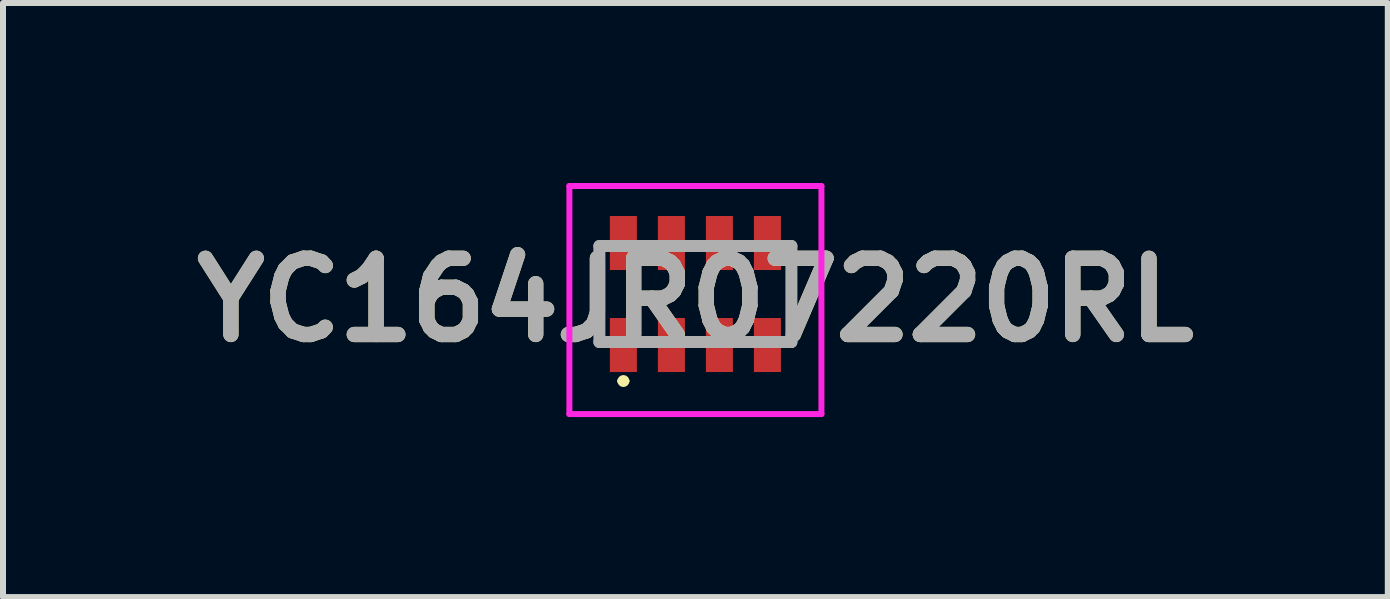
<source format=kicad_pcb>
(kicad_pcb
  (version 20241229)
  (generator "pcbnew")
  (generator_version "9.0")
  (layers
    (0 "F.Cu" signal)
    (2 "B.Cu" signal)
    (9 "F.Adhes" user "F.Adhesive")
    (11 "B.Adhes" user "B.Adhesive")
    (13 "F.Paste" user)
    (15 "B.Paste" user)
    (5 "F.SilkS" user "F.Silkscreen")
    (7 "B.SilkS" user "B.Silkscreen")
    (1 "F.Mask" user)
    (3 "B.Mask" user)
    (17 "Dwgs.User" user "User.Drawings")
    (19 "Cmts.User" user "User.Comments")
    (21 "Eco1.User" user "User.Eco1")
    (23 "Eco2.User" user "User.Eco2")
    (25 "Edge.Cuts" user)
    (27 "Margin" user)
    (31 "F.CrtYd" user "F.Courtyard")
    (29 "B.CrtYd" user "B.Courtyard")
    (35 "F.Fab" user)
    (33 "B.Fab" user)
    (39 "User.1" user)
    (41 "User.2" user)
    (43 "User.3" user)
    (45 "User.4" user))
  (footprint "YC164JR07220RL"
    (layer "F.Cu")
    (at 8.539 1.85)
    (property "Reference" "YC164JR07220RL" (at 0 0.1 0) (layer "F.SilkS") (effects (font (size 1.27 1.27) (thickness 0.254))))
    (attr smd)
    (fp_line (start -1.6 -0.8) (end -1.6 0.85) (stroke (width 0.1) (type solid)) (layer "F.SilkS"))
    (fp_line (start -1.25 1.45) (end -1.25 1.45) (stroke (width 0.1) (type solid)) (layer "F.SilkS"))
    (fp_line (start -1.15 1.45) (end -1.15 1.45) (stroke (width 0.1) (type solid)) (layer "F.SilkS"))
    (fp_line (start 1.6 -0.85) (end 1.6 0.8) (stroke (width 0.1) (type solid)) (layer "F.SilkS"))
    (fp_arc (start -1.25 1.45) (mid -1.2 1.4) (end -1.15 1.45) (stroke (width 0.1) (type solid)) (layer "F.SilkS"))
    (fp_arc (start -1.15 1.45) (mid -1.2 1.5) (end -1.25 1.45) (stroke (width 0.1) (type solid)) (layer "F.SilkS"))
    (fp_line (start -2.1 -1.8) (end 2.1 -1.8) (stroke (width 0.1) (type solid)) (layer "F.CrtYd"))
    (fp_line (start -2.1 2) (end -2.1 -1.8) (stroke (width 0.1) (type solid)) (layer "F.CrtYd"))
    (fp_line (start 2.1 -1.8) (end 2.1 2) (stroke (width 0.1) (type solid)) (layer "F.CrtYd"))
    (fp_line (start 2.1 2) (end -2.1 2) (stroke (width 0.1) (type solid)) (layer "F.CrtYd"))
    (fp_line (start -1.6 -0.8) (end 1.6 -0.8) (stroke (width 0.2) (type solid)) (layer "F.Fab"))
    (fp_line (start -1.6 0.8) (end -1.6 -0.8) (stroke (width 0.2) (type solid)) (layer "F.Fab"))
    (fp_line (start 1.6 -0.8) (end 1.6 0.8) (stroke (width 0.2) (type solid)) (layer "F.Fab"))
    (fp_line (start 1.6 0.8) (end -1.6 0.8) (stroke (width 0.2) (type solid)) (layer "F.Fab"))
    (fp_text user "${REFERENCE}" (at 0 0.1 0) (layer "F.Fab") (effects (font (size 1.27 1.27) (thickness 0.254))))
    (pad "1" smd rect (at -1.2 0.85) (size 0.45 0.9) (layers "F.Cu" "F.Mask" "F.Paste"))
    (pad "2" smd rect (at -0.4 0.85) (size 0.45 0.9) (layers "F.Cu" "F.Mask" "F.Paste"))
    (pad "3" smd rect (at 0.4 0.85) (size 0.45 0.9) (layers "F.Cu" "F.Mask" "F.Paste"))
    (pad "4" smd rect (at 1.2 0.85) (size 0.45 0.9) (layers "F.Cu" "F.Mask" "F.Paste"))
    (pad "5" smd rect (at 1.2 -0.85) (size 0.45 0.9) (layers "F.Cu" "F.Mask" "F.Paste"))
    (pad "6" smd rect (at 0.4 -0.85) (size 0.45 0.9) (layers "F.Cu" "F.Mask" "F.Paste"))
    (pad "7" smd rect (at -0.4 -0.85) (size 0.45 0.9) (layers "F.Cu" "F.Mask" "F.Paste"))
    (pad "8" smd rect (at -1.2 -0.85) (size 0.45 0.9) (layers "F.Cu" "F.Mask" "F.Paste")))
  (gr_rect
    (start -3 -3)
    (end 20.078 6.9)
    (stroke (width 0.1) (type default))
    (fill no)
    (layer "Edge.Cuts")))
</source>
